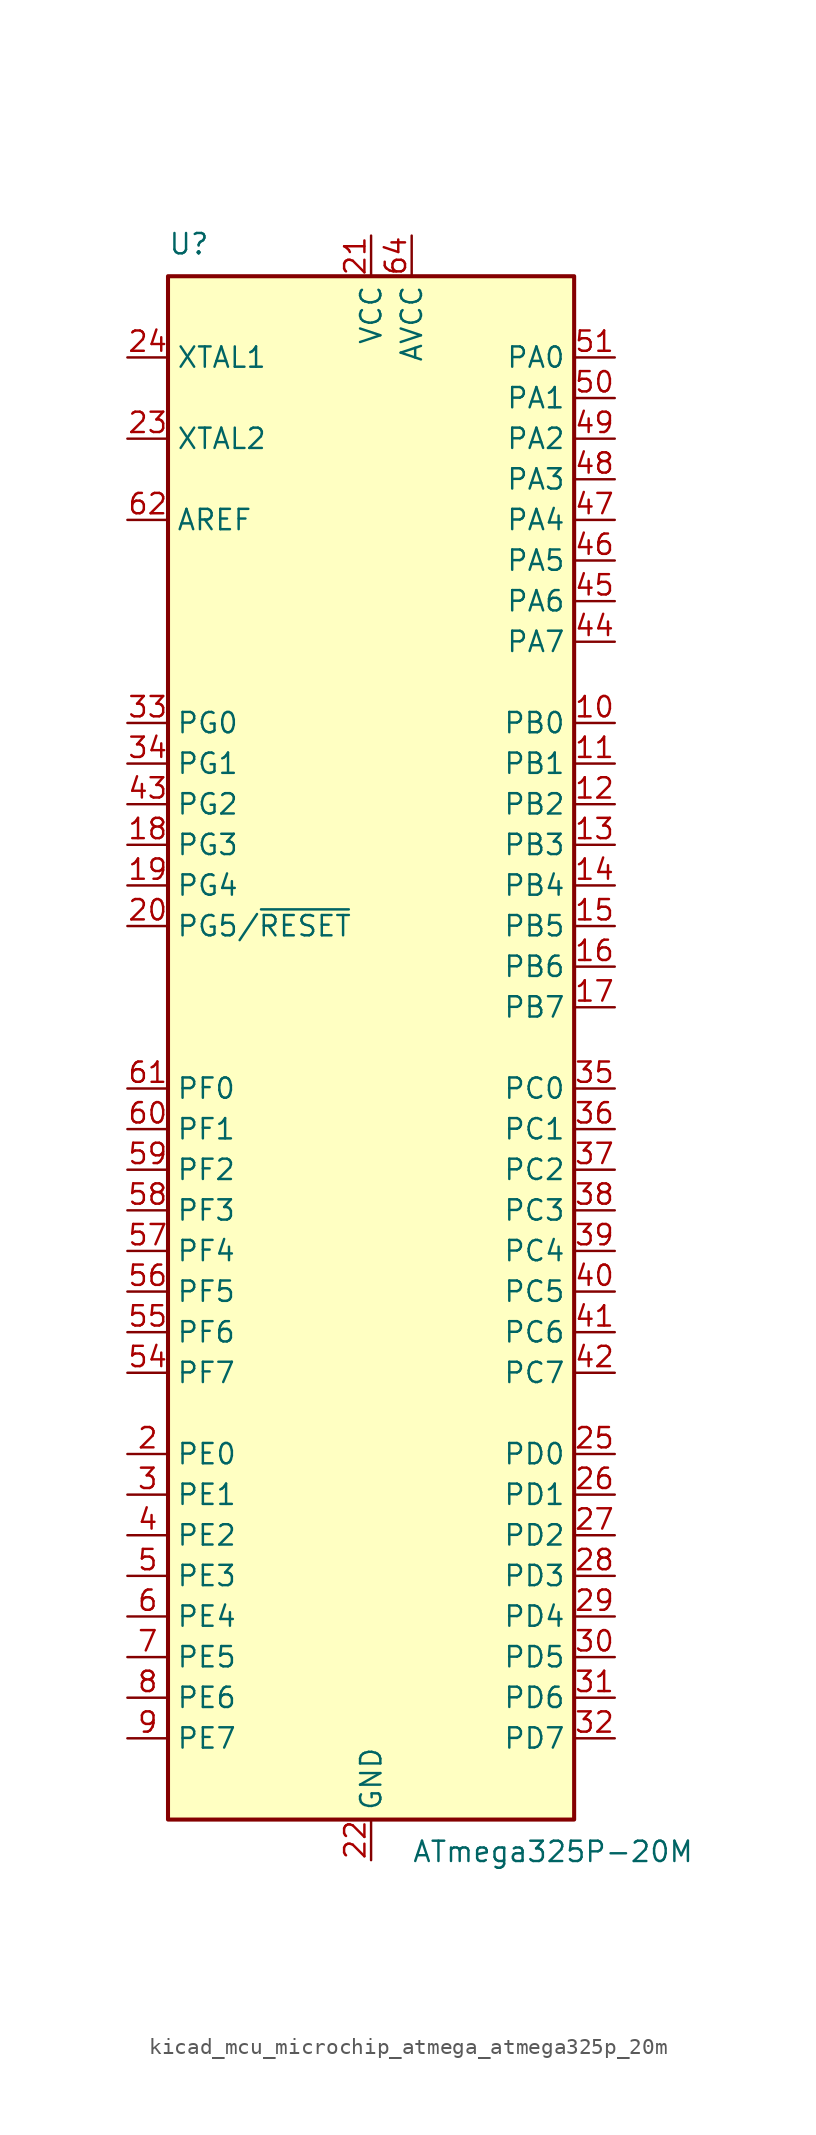
<source format=kicad_sym>
(kicad_symbol_lib
  (version 20220914)
  (generator kicad_symbol_editor)
  (symbol "kicad_mcu_microchip_atmega_atmega325p_20m"
    (property "Reference" "U"
      (at -12.7 49.53 0)
      (effects (font (size 1.27 1.27)) (justify left bottom)))
    (property "Value" "ATmega325P-20M"
      (at 2.54 -49.53 0)
      (effects (font (size 1.27 1.27)) (justify left top)))
    (symbol "kicad_mcu_microchip_atmega_atmega325p_20m_0_1"
      (rectangle (start -12.7 -48.26) (end 12.7 48.26) (stroke (width 0.254) (type default)) (fill (type background))))
    (symbol "kicad_mcu_microchip_atmega_atmega325p_20m_1_1"
      (pin no_connect line (at -12.7 -45.72 0) (length 2.54) hide (name "NC" (effects (font (size 1.27 1.27)))) (number "1" (effects (font (size 1.27 1.27)))))
      (pin bidirectional line (at 15.24 20.32 180) (length 2.54) (name "PB0" (effects (font (size 1.27 1.27)))) (number "10" (effects (font (size 1.27 1.27)))))
      (pin bidirectional line (at 15.24 17.78 180) (length 2.54) (name "PB1" (effects (font (size 1.27 1.27)))) (number "11" (effects (font (size 1.27 1.27)))))
      (pin bidirectional line (at 15.24 15.24 180) (length 2.54) (name "PB2" (effects (font (size 1.27 1.27)))) (number "12" (effects (font (size 1.27 1.27)))))
      (pin bidirectional line (at 15.24 12.7 180) (length 2.54) (name "PB3" (effects (font (size 1.27 1.27)))) (number "13" (effects (font (size 1.27 1.27)))))
      (pin bidirectional line (at 15.24 10.16 180) (length 2.54) (name "PB4" (effects (font (size 1.27 1.27)))) (number "14" (effects (font (size 1.27 1.27)))))
      (pin bidirectional line (at 15.24 7.62 180) (length 2.54) (name "PB5" (effects (font (size 1.27 1.27)))) (number "15" (effects (font (size 1.27 1.27)))))
      (pin bidirectional line (at 15.24 5.08 180) (length 2.54) (name "PB6" (effects (font (size 1.27 1.27)))) (number "16" (effects (font (size 1.27 1.27)))))
      (pin bidirectional line (at 15.24 2.54 180) (length 2.54) (name "PB7" (effects (font (size 1.27 1.27)))) (number "17" (effects (font (size 1.27 1.27)))))
      (pin bidirectional line (at -15.24 12.7 0) (length 2.54) (name "PG3" (effects (font (size 1.27 1.27)))) (number "18" (effects (font (size 1.27 1.27)))))
      (pin bidirectional line (at -15.24 10.16 0) (length 2.54) (name "PG4" (effects (font (size 1.27 1.27)))) (number "19" (effects (font (size 1.27 1.27)))))
      (pin bidirectional line (at -15.24 -25.4 0) (length 2.54) (name "PE0" (effects (font (size 1.27 1.27)))) (number "2" (effects (font (size 1.27 1.27)))))
      (pin bidirectional line (at -15.24 7.62 0) (length 2.54) (name "PG5/~{RESET}" (effects (font (size 1.27 1.27)))) (number "20" (effects (font (size 1.27 1.27)))))
      (pin power_in line (at 0 50.8 270) (length 2.54) (name "VCC" (effects (font (size 1.27 1.27)))) (number "21" (effects (font (size 1.27 1.27)))))
      (pin power_in line (at 0 -50.8 90) (length 2.54) (name "GND" (effects (font (size 1.27 1.27)))) (number "22" (effects (font (size 1.27 1.27)))))
      (pin output line (at -15.24 38.1 0) (length 2.54) (name "XTAL2" (effects (font (size 1.27 1.27)))) (number "23" (effects (font (size 1.27 1.27)))))
      (pin input line (at -15.24 43.18 0) (length 2.54) (name "XTAL1" (effects (font (size 1.27 1.27)))) (number "24" (effects (font (size 1.27 1.27)))))
      (pin bidirectional line (at 15.24 -25.4 180) (length 2.54) (name "PD0" (effects (font (size 1.27 1.27)))) (number "25" (effects (font (size 1.27 1.27)))))
      (pin bidirectional line (at 15.24 -27.94 180) (length 2.54) (name "PD1" (effects (font (size 1.27 1.27)))) (number "26" (effects (font (size 1.27 1.27)))))
      (pin bidirectional line (at 15.24 -30.48 180) (length 2.54) (name "PD2" (effects (font (size 1.27 1.27)))) (number "27" (effects (font (size 1.27 1.27)))))
      (pin bidirectional line (at 15.24 -33.02 180) (length 2.54) (name "PD3" (effects (font (size 1.27 1.27)))) (number "28" (effects (font (size 1.27 1.27)))))
      (pin bidirectional line (at 15.24 -35.56 180) (length 2.54) (name "PD4" (effects (font (size 1.27 1.27)))) (number "29" (effects (font (size 1.27 1.27)))))
      (pin bidirectional line (at -15.24 -27.94 0) (length 2.54) (name "PE1" (effects (font (size 1.27 1.27)))) (number "3" (effects (font (size 1.27 1.27)))))
      (pin bidirectional line (at 15.24 -38.1 180) (length 2.54) (name "PD5" (effects (font (size 1.27 1.27)))) (number "30" (effects (font (size 1.27 1.27)))))
      (pin bidirectional line (at 15.24 -40.64 180) (length 2.54) (name "PD6" (effects (font (size 1.27 1.27)))) (number "31" (effects (font (size 1.27 1.27)))))
      (pin bidirectional line (at 15.24 -43.18 180) (length 2.54) (name "PD7" (effects (font (size 1.27 1.27)))) (number "32" (effects (font (size 1.27 1.27)))))
      (pin bidirectional line (at -15.24 20.32 0) (length 2.54) (name "PG0" (effects (font (size 1.27 1.27)))) (number "33" (effects (font (size 1.27 1.27)))))
      (pin bidirectional line (at -15.24 17.78 0) (length 2.54) (name "PG1" (effects (font (size 1.27 1.27)))) (number "34" (effects (font (size 1.27 1.27)))))
      (pin bidirectional line (at 15.24 -2.54 180) (length 2.54) (name "PC0" (effects (font (size 1.27 1.27)))) (number "35" (effects (font (size 1.27 1.27)))))
      (pin bidirectional line (at 15.24 -5.08 180) (length 2.54) (name "PC1" (effects (font (size 1.27 1.27)))) (number "36" (effects (font (size 1.27 1.27)))))
      (pin bidirectional line (at 15.24 -7.62 180) (length 2.54) (name "PC2" (effects (font (size 1.27 1.27)))) (number "37" (effects (font (size 1.27 1.27)))))
      (pin bidirectional line (at 15.24 -10.16 180) (length 2.54) (name "PC3" (effects (font (size 1.27 1.27)))) (number "38" (effects (font (size 1.27 1.27)))))
      (pin bidirectional line (at 15.24 -12.7 180) (length 2.54) (name "PC4" (effects (font (size 1.27 1.27)))) (number "39" (effects (font (size 1.27 1.27)))))
      (pin bidirectional line (at -15.24 -30.48 0) (length 2.54) (name "PE2" (effects (font (size 1.27 1.27)))) (number "4" (effects (font (size 1.27 1.27)))))
      (pin bidirectional line (at 15.24 -15.24 180) (length 2.54) (name "PC5" (effects (font (size 1.27 1.27)))) (number "40" (effects (font (size 1.27 1.27)))))
      (pin bidirectional line (at 15.24 -17.78 180) (length 2.54) (name "PC6" (effects (font (size 1.27 1.27)))) (number "41" (effects (font (size 1.27 1.27)))))
      (pin bidirectional line (at 15.24 -20.32 180) (length 2.54) (name "PC7" (effects (font (size 1.27 1.27)))) (number "42" (effects (font (size 1.27 1.27)))))
      (pin bidirectional line (at -15.24 15.24 0) (length 2.54) (name "PG2" (effects (font (size 1.27 1.27)))) (number "43" (effects (font (size 1.27 1.27)))))
      (pin bidirectional line (at 15.24 25.4 180) (length 2.54) (name "PA7" (effects (font (size 1.27 1.27)))) (number "44" (effects (font (size 1.27 1.27)))))
      (pin bidirectional line (at 15.24 27.94 180) (length 2.54) (name "PA6" (effects (font (size 1.27 1.27)))) (number "45" (effects (font (size 1.27 1.27)))))
      (pin bidirectional line (at 15.24 30.48 180) (length 2.54) (name "PA5" (effects (font (size 1.27 1.27)))) (number "46" (effects (font (size 1.27 1.27)))))
      (pin bidirectional line (at 15.24 33.02 180) (length 2.54) (name "PA4" (effects (font (size 1.27 1.27)))) (number "47" (effects (font (size 1.27 1.27)))))
      (pin bidirectional line (at 15.24 35.56 180) (length 2.54) (name "PA3" (effects (font (size 1.27 1.27)))) (number "48" (effects (font (size 1.27 1.27)))))
      (pin bidirectional line (at 15.24 38.1 180) (length 2.54) (name "PA2" (effects (font (size 1.27 1.27)))) (number "49" (effects (font (size 1.27 1.27)))))
      (pin bidirectional line (at -15.24 -33.02 0) (length 2.54) (name "PE3" (effects (font (size 1.27 1.27)))) (number "5" (effects (font (size 1.27 1.27)))))
      (pin bidirectional line (at 15.24 40.64 180) (length 2.54) (name "PA1" (effects (font (size 1.27 1.27)))) (number "50" (effects (font (size 1.27 1.27)))))
      (pin bidirectional line (at 15.24 43.18 180) (length 2.54) (name "PA0" (effects (font (size 1.27 1.27)))) (number "51" (effects (font (size 1.27 1.27)))))
      (pin passive line (at 0 50.8 270) (length 2.54) hide (name "VCC" (effects (font (size 1.27 1.27)))) (number "52" (effects (font (size 1.27 1.27)))))
      (pin passive line (at 0 -50.8 90) (length 2.54) hide (name "GND" (effects (font (size 1.27 1.27)))) (number "53" (effects (font (size 1.27 1.27)))))
      (pin bidirectional line (at -15.24 -20.32 0) (length 2.54) (name "PF7" (effects (font (size 1.27 1.27)))) (number "54" (effects (font (size 1.27 1.27)))))
      (pin bidirectional line (at -15.24 -17.78 0) (length 2.54) (name "PF6" (effects (font (size 1.27 1.27)))) (number "55" (effects (font (size 1.27 1.27)))))
      (pin bidirectional line (at -15.24 -15.24 0) (length 2.54) (name "PF5" (effects (font (size 1.27 1.27)))) (number "56" (effects (font (size 1.27 1.27)))))
      (pin bidirectional line (at -15.24 -12.7 0) (length 2.54) (name "PF4" (effects (font (size 1.27 1.27)))) (number "57" (effects (font (size 1.27 1.27)))))
      (pin bidirectional line (at -15.24 -10.16 0) (length 2.54) (name "PF3" (effects (font (size 1.27 1.27)))) (number "58" (effects (font (size 1.27 1.27)))))
      (pin bidirectional line (at -15.24 -7.62 0) (length 2.54) (name "PF2" (effects (font (size 1.27 1.27)))) (number "59" (effects (font (size 1.27 1.27)))))
      (pin bidirectional line (at -15.24 -35.56 0) (length 2.54) (name "PE4" (effects (font (size 1.27 1.27)))) (number "6" (effects (font (size 1.27 1.27)))))
      (pin bidirectional line (at -15.24 -5.08 0) (length 2.54) (name "PF1" (effects (font (size 1.27 1.27)))) (number "60" (effects (font (size 1.27 1.27)))))
      (pin bidirectional line (at -15.24 -2.54 0) (length 2.54) (name "PF0" (effects (font (size 1.27 1.27)))) (number "61" (effects (font (size 1.27 1.27)))))
      (pin passive line (at -15.24 33.02 0) (length 2.54) (name "AREF" (effects (font (size 1.27 1.27)))) (number "62" (effects (font (size 1.27 1.27)))))
      (pin passive line (at 0 -50.8 90) (length 2.54) hide (name "GND" (effects (font (size 1.27 1.27)))) (number "63" (effects (font (size 1.27 1.27)))))
      (pin power_in line (at 2.54 50.8 270) (length 2.54) (name "AVCC" (effects (font (size 1.27 1.27)))) (number "64" (effects (font (size 1.27 1.27)))))
      (pin passive line (at 0 -50.8 90) (length 2.54) hide (name "GND" (effects (font (size 1.27 1.27)))) (number "65" (effects (font (size 1.27 1.27)))))
      (pin bidirectional line (at -15.24 -38.1 0) (length 2.54) (name "PE5" (effects (font (size 1.27 1.27)))) (number "7" (effects (font (size 1.27 1.27)))))
      (pin bidirectional line (at -15.24 -40.64 0) (length 2.54) (name "PE6" (effects (font (size 1.27 1.27)))) (number "8" (effects (font (size 1.27 1.27)))))
      (pin bidirectional line (at -15.24 -43.18 0) (length 2.54) (name "PE7" (effects (font (size 1.27 1.27)))) (number "9" (effects (font (size 1.27 1.27))))))))
</source>
